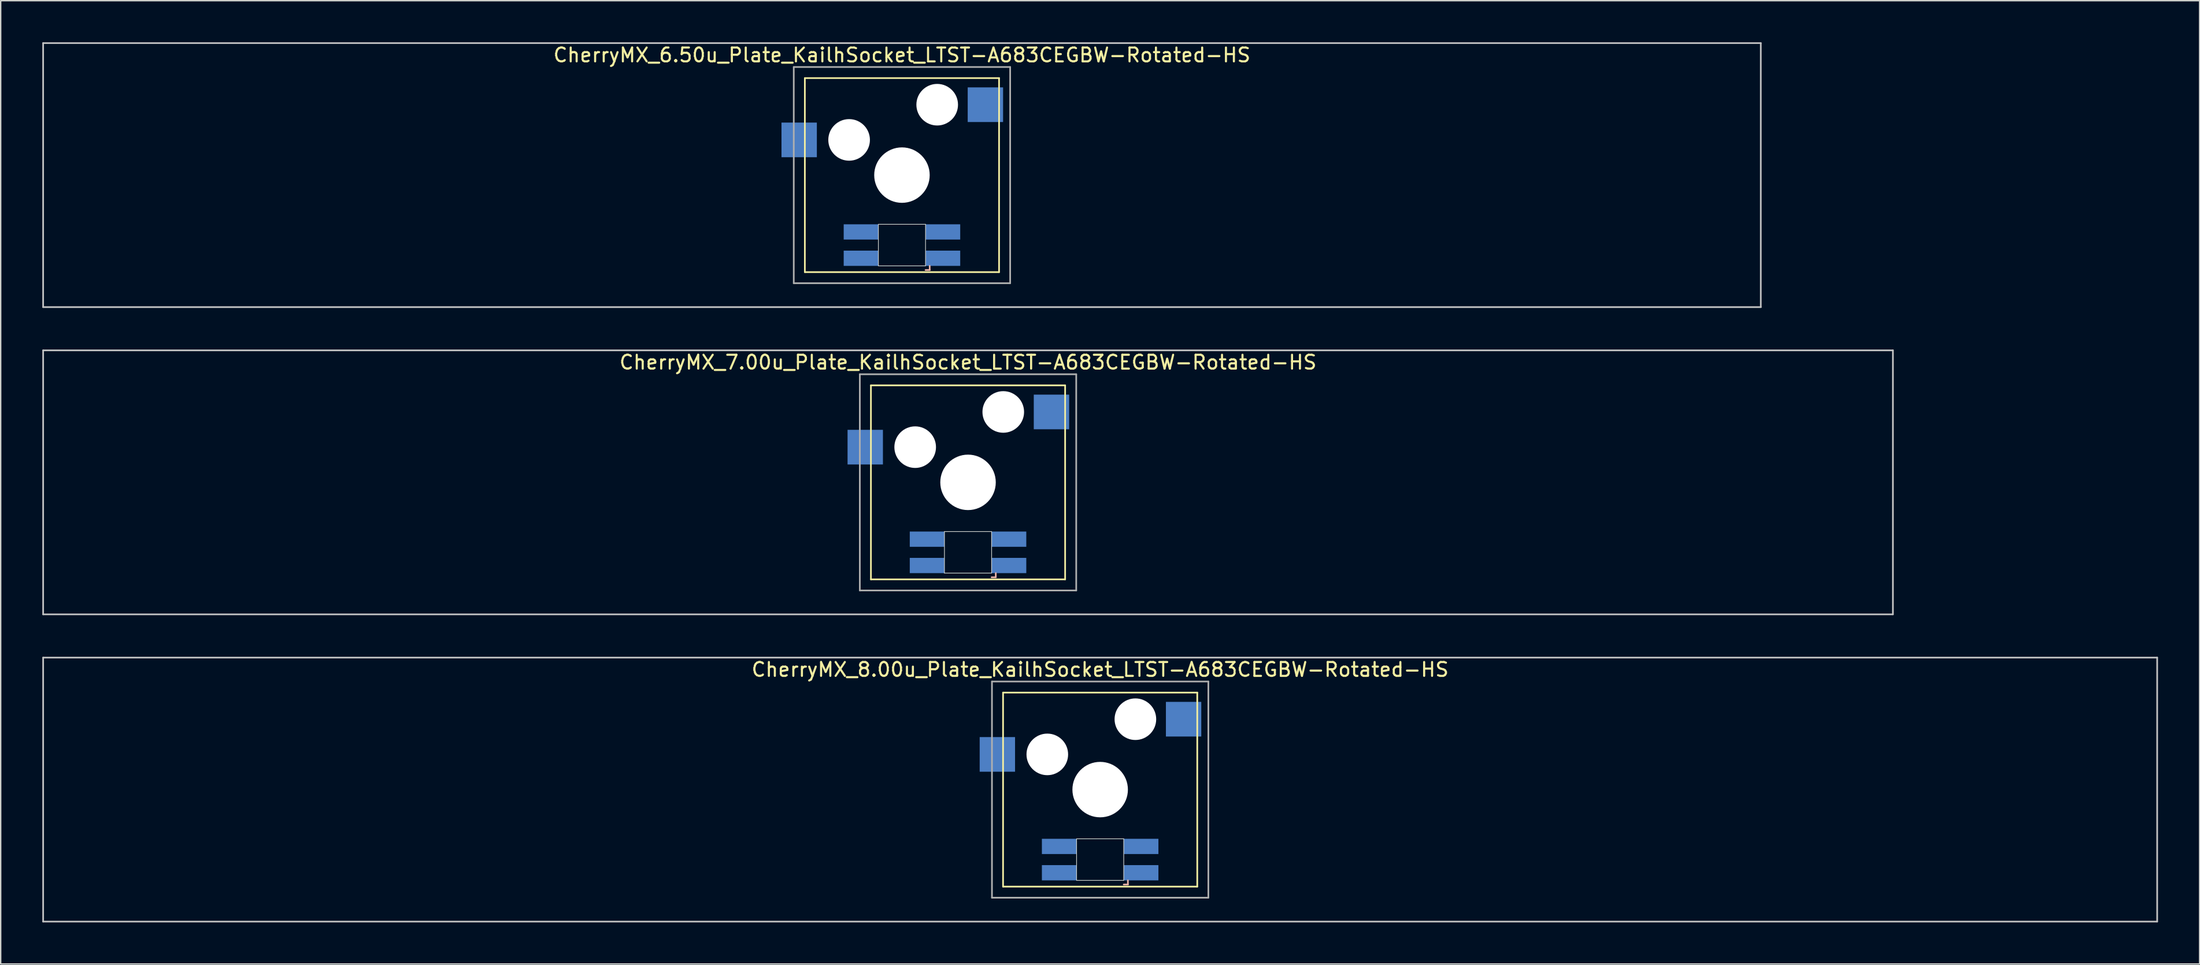
<source format=kicad_pcb>
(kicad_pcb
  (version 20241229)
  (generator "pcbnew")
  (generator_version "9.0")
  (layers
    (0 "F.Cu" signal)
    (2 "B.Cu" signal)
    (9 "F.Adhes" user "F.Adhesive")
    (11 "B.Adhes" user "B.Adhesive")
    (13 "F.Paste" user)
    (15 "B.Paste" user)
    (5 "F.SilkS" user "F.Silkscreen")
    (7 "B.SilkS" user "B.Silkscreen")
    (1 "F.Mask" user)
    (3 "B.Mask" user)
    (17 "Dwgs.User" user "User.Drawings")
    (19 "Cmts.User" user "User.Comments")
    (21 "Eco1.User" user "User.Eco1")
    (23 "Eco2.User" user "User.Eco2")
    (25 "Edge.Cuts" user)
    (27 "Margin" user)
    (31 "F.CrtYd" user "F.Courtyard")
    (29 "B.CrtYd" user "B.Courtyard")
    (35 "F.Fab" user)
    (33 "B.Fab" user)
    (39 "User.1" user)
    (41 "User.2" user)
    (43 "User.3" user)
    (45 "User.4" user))
  (footprint "CherryMX_6.50u_Plate_KailhSocket_LTST-A683CEGBW-Rotated-HS"
    (layer "F.Cu")
    (at 61.972 9.585)
    (property "Reference" "CherryMX_6.50u_Plate_KailhSocket_LTST-A683CEGBW-Rotated-HS" (at 0 -8.662 0) (layer "F.SilkS") (effects (font (size 1 1) (thickness 0.15))))
    (attr through_hole)
    (fp_line (start -7 -7) (end -7 7) (stroke (width 0.12) (type solid)) (layer "F.SilkS"))
    (fp_line (start -7 -7) (end 7 -7) (stroke (width 0.12) (type solid)) (layer "F.SilkS"))
    (fp_line (start 7 -7) (end 7 7) (stroke (width 0.12) (type solid)) (layer "F.SilkS"))
    (fp_line (start 7 7) (end -7 7) (stroke (width 0.12) (type solid)) (layer "F.SilkS"))
    (fp_line (start 1.7 6.85) (end 2 6.85) (stroke (width 0.12) (type solid)) (layer "B.SilkS"))
    (fp_line (start 2 6.85) (end 2 6.55) (stroke (width 0.12) (type solid)) (layer "B.SilkS"))
    (fp_line (start -61.913 -9.525) (end 61.913 -9.525) (stroke (width 0.12) (type solid)) (layer "Dwgs.User"))
    (fp_line (start -61.913 9.525) (end -61.913 -9.525) (stroke (width 0.12) (type solid)) (layer "Dwgs.User"))
    (fp_line (start 61.913 -9.525) (end 61.913 9.525) (stroke (width 0.12) (type solid)) (layer "Dwgs.User"))
    (fp_line (start 61.913 9.525) (end -61.913 9.525) (stroke (width 0.12) (type solid)) (layer "Dwgs.User"))
    (fp_line (start -1.7 3.55) (end 1.7 3.55) (stroke (width 0.05) (type solid)) (layer "Edge.Cuts"))
    (fp_line (start -1.7 6.55) (end -1.7 3.55) (stroke (width 0.05) (type solid)) (layer "Edge.Cuts"))
    (fp_line (start 1.7 3.55) (end 1.7 6.55) (stroke (width 0.05) (type solid)) (layer "Edge.Cuts"))
    (fp_line (start 1.7 6.55) (end -1.7 6.55) (stroke (width 0.05) (type solid)) (layer "Edge.Cuts"))
    (fp_line (start -7.8 -7.8) (end -7.8 7.8) (stroke (width 0.12) (type solid)) (layer "F.Fab"))
    (fp_line (start -7.8 -7.8) (end 7.8 -7.8) (stroke (width 0.12) (type solid)) (layer "F.Fab"))
    (fp_line (start -7.8 7.8) (end 7.8 7.8) (stroke (width 0.12) (type solid)) (layer "F.Fab"))
    (fp_line (start 7.8 -7.8) (end 7.8 7.8) (stroke (width 0.12) (type solid)) (layer "F.Fab"))
    (pad "" np_thru_hole circle (at -3.81 -2.54) (size 3 3) (drill 3) (layers "*.Cu" "*.Mask"))
    (pad "" np_thru_hole circle (at 0 0) (size 4 4) (drill 4) (layers "*.Cu" "*.Mask"))
    (pad "" np_thru_hole circle (at 2.54 -5.08) (size 3 3) (drill 3) (layers "*.Cu" "*.Mask"))
    (pad "1" smd rect (at -7.41 -2.54) (size 2.55 2.5) (layers "B.Cu" "B.Mask" "B.Paste"))
    (pad "2" smd rect (at 6.015 -5.08) (size 2.55 2.5) (layers "B.Cu" "B.Mask" "B.Paste"))
    (pad "3" smd rect (at 2.95 6) (size 2.5 1.1) (layers "B.Cu" "B.Mask" "B.Paste"))
    (pad "4" smd rect (at 2.95 4.1) (size 2.5 1.1) (layers "B.Cu" "B.Mask" "B.Paste"))
    (pad "5" smd rect (at -2.95 6) (size 2.5 1.1) (layers "B.Cu" "B.Mask" "B.Paste"))
    (pad "6" smd rect (at -2.95 4.1) (size 2.5 1.1) (layers "B.Cu" "B.Mask" "B.Paste")))
  (footprint "CherryMX_8.00u_Plate_KailhSocket_LTST-A683CEGBW-Rotated-HS"
    (layer "F.Cu")
    (at 76.26 53.925)
    (property "Reference" "CherryMX_8.00u_Plate_KailhSocket_LTST-A683CEGBW-Rotated-HS" (at 0 -8.662 0) (layer "F.SilkS") (effects (font (size 1 1) (thickness 0.15))))
    (attr through_hole)
    (fp_line (start -7 -7) (end -7 7) (stroke (width 0.12) (type solid)) (layer "F.SilkS"))
    (fp_line (start -7 -7) (end 7 -7) (stroke (width 0.12) (type solid)) (layer "F.SilkS"))
    (fp_line (start 7 -7) (end 7 7) (stroke (width 0.12) (type solid)) (layer "F.SilkS"))
    (fp_line (start 7 7) (end -7 7) (stroke (width 0.12) (type solid)) (layer "F.SilkS"))
    (fp_line (start 1.7 6.85) (end 2 6.85) (stroke (width 0.12) (type solid)) (layer "B.SilkS"))
    (fp_line (start 2 6.85) (end 2 6.55) (stroke (width 0.12) (type solid)) (layer "B.SilkS"))
    (fp_line (start -76.2 -9.525) (end 76.2 -9.525) (stroke (width 0.12) (type solid)) (layer "Dwgs.User"))
    (fp_line (start -76.2 9.525) (end -76.2 -9.525) (stroke (width 0.12) (type solid)) (layer "Dwgs.User"))
    (fp_line (start 76.2 -9.525) (end 76.2 9.525) (stroke (width 0.12) (type solid)) (layer "Dwgs.User"))
    (fp_line (start 76.2 9.525) (end -76.2 9.525) (stroke (width 0.12) (type solid)) (layer "Dwgs.User"))
    (fp_line (start -1.7 3.55) (end 1.7 3.55) (stroke (width 0.05) (type solid)) (layer "Edge.Cuts"))
    (fp_line (start -1.7 6.55) (end -1.7 3.55) (stroke (width 0.05) (type solid)) (layer "Edge.Cuts"))
    (fp_line (start 1.7 3.55) (end 1.7 6.55) (stroke (width 0.05) (type solid)) (layer "Edge.Cuts"))
    (fp_line (start 1.7 6.55) (end -1.7 6.55) (stroke (width 0.05) (type solid)) (layer "Edge.Cuts"))
    (fp_line (start -7.8 -7.8) (end -7.8 7.8) (stroke (width 0.12) (type solid)) (layer "F.Fab"))
    (fp_line (start -7.8 -7.8) (end 7.8 -7.8) (stroke (width 0.12) (type solid)) (layer "F.Fab"))
    (fp_line (start -7.8 7.8) (end 7.8 7.8) (stroke (width 0.12) (type solid)) (layer "F.Fab"))
    (fp_line (start 7.8 -7.8) (end 7.8 7.8) (stroke (width 0.12) (type solid)) (layer "F.Fab"))
    (pad "" np_thru_hole circle (at -3.81 -2.54) (size 3 3) (drill 3) (layers "*.Cu" "*.Mask"))
    (pad "" np_thru_hole circle (at 0 0) (size 4 4) (drill 4) (layers "*.Cu" "*.Mask"))
    (pad "" np_thru_hole circle (at 2.54 -5.08) (size 3 3) (drill 3) (layers "*.Cu" "*.Mask"))
    (pad "1" smd rect (at -7.41 -2.54) (size 2.55 2.5) (layers "B.Cu" "B.Mask" "B.Paste"))
    (pad "2" smd rect (at 6.015 -5.08) (size 2.55 2.5) (layers "B.Cu" "B.Mask" "B.Paste"))
    (pad "3" smd rect (at 2.95 6) (size 2.5 1.1) (layers "B.Cu" "B.Mask" "B.Paste"))
    (pad "4" smd rect (at 2.95 4.1) (size 2.5 1.1) (layers "B.Cu" "B.Mask" "B.Paste"))
    (pad "5" smd rect (at -2.95 6) (size 2.5 1.1) (layers "B.Cu" "B.Mask" "B.Paste"))
    (pad "6" smd rect (at -2.95 4.1) (size 2.5 1.1) (layers "B.Cu" "B.Mask" "B.Paste")))
  (footprint "CherryMX_7.00u_Plate_KailhSocket_LTST-A683CEGBW-Rotated-HS"
    (layer "F.Cu")
    (at 66.735 31.755)
    (property "Reference" "CherryMX_7.00u_Plate_KailhSocket_LTST-A683CEGBW-Rotated-HS" (at 0 -8.662 0) (layer "F.SilkS") (effects (font (size 1 1) (thickness 0.15))))
    (attr through_hole)
    (fp_line (start -7 -7) (end -7 7) (stroke (width 0.12) (type solid)) (layer "F.SilkS"))
    (fp_line (start -7 -7) (end 7 -7) (stroke (width 0.12) (type solid)) (layer "F.SilkS"))
    (fp_line (start 7 -7) (end 7 7) (stroke (width 0.12) (type solid)) (layer "F.SilkS"))
    (fp_line (start 7 7) (end -7 7) (stroke (width 0.12) (type solid)) (layer "F.SilkS"))
    (fp_line (start 1.7 6.85) (end 2 6.85) (stroke (width 0.12) (type solid)) (layer "B.SilkS"))
    (fp_line (start 2 6.85) (end 2 6.55) (stroke (width 0.12) (type solid)) (layer "B.SilkS"))
    (fp_line (start -66.675 -9.525) (end 66.675 -9.525) (stroke (width 0.12) (type solid)) (layer "Dwgs.User"))
    (fp_line (start -66.675 9.525) (end -66.675 -9.525) (stroke (width 0.12) (type solid)) (layer "Dwgs.User"))
    (fp_line (start 66.675 -9.525) (end 66.675 9.525) (stroke (width 0.12) (type solid)) (layer "Dwgs.User"))
    (fp_line (start 66.675 9.525) (end -66.675 9.525) (stroke (width 0.12) (type solid)) (layer "Dwgs.User"))
    (fp_line (start -1.7 3.55) (end 1.7 3.55) (stroke (width 0.05) (type solid)) (layer "Edge.Cuts"))
    (fp_line (start -1.7 6.55) (end -1.7 3.55) (stroke (width 0.05) (type solid)) (layer "Edge.Cuts"))
    (fp_line (start 1.7 3.55) (end 1.7 6.55) (stroke (width 0.05) (type solid)) (layer "Edge.Cuts"))
    (fp_line (start 1.7 6.55) (end -1.7 6.55) (stroke (width 0.05) (type solid)) (layer "Edge.Cuts"))
    (fp_line (start -7.8 -7.8) (end -7.8 7.8) (stroke (width 0.12) (type solid)) (layer "F.Fab"))
    (fp_line (start -7.8 -7.8) (end 7.8 -7.8) (stroke (width 0.12) (type solid)) (layer "F.Fab"))
    (fp_line (start -7.8 7.8) (end 7.8 7.8) (stroke (width 0.12) (type solid)) (layer "F.Fab"))
    (fp_line (start 7.8 -7.8) (end 7.8 7.8) (stroke (width 0.12) (type solid)) (layer "F.Fab"))
    (pad "" np_thru_hole circle (at -3.81 -2.54) (size 3 3) (drill 3) (layers "*.Cu" "*.Mask"))
    (pad "" np_thru_hole circle (at 0 0) (size 4 4) (drill 4) (layers "*.Cu" "*.Mask"))
    (pad "" np_thru_hole circle (at 2.54 -5.08) (size 3 3) (drill 3) (layers "*.Cu" "*.Mask"))
    (pad "1" smd rect (at -7.41 -2.54) (size 2.55 2.5) (layers "B.Cu" "B.Mask" "B.Paste"))
    (pad "2" smd rect (at 6.015 -5.08) (size 2.55 2.5) (layers "B.Cu" "B.Mask" "B.Paste"))
    (pad "3" smd rect (at 2.95 6) (size 2.5 1.1) (layers "B.Cu" "B.Mask" "B.Paste"))
    (pad "4" smd rect (at 2.95 4.1) (size 2.5 1.1) (layers "B.Cu" "B.Mask" "B.Paste"))
    (pad "5" smd rect (at -2.95 6) (size 2.5 1.1) (layers "B.Cu" "B.Mask" "B.Paste"))
    (pad "6" smd rect (at -2.95 4.1) (size 2.5 1.1) (layers "B.Cu" "B.Mask" "B.Paste")))
  (gr_rect
    (start -3 -3)
    (end 155.52 66.51)
    (stroke (width 0.1) (type default))
    (fill no)
    (layer "Edge.Cuts")))
</source>
